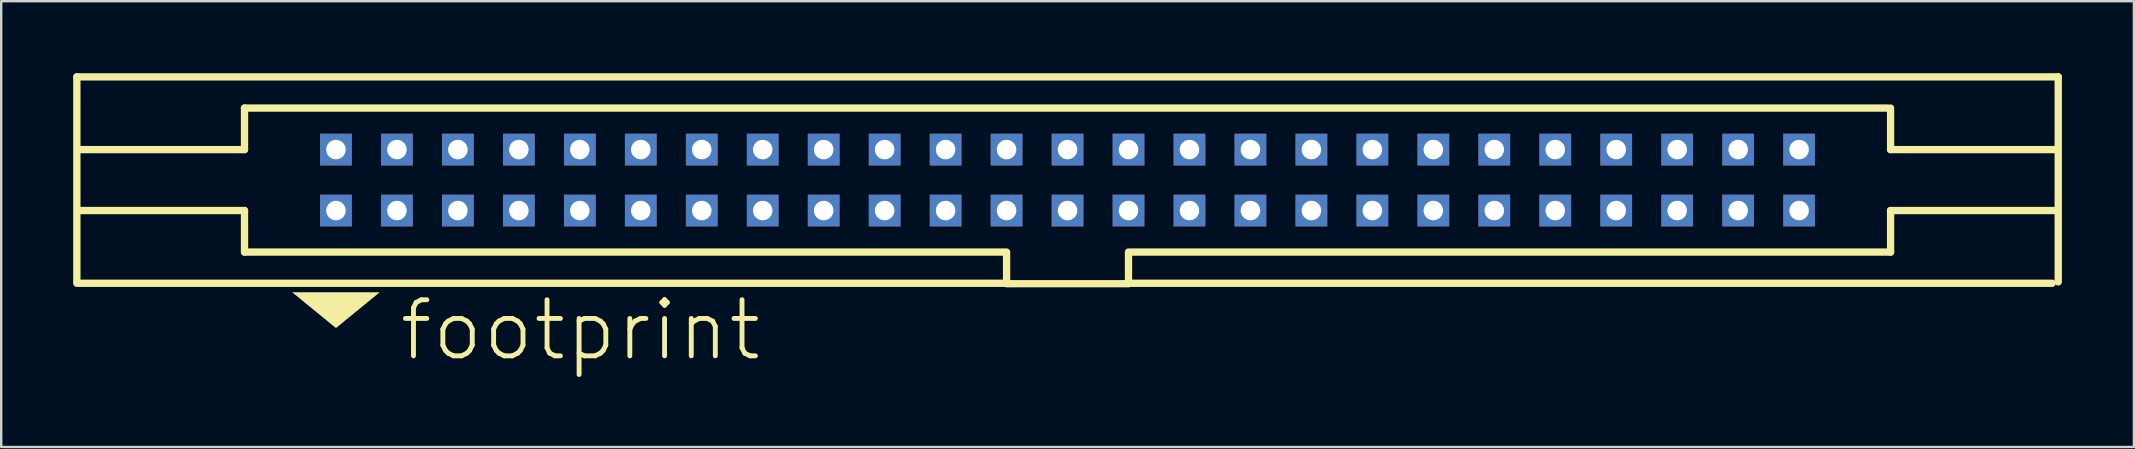
<source format=kicad_pcb>
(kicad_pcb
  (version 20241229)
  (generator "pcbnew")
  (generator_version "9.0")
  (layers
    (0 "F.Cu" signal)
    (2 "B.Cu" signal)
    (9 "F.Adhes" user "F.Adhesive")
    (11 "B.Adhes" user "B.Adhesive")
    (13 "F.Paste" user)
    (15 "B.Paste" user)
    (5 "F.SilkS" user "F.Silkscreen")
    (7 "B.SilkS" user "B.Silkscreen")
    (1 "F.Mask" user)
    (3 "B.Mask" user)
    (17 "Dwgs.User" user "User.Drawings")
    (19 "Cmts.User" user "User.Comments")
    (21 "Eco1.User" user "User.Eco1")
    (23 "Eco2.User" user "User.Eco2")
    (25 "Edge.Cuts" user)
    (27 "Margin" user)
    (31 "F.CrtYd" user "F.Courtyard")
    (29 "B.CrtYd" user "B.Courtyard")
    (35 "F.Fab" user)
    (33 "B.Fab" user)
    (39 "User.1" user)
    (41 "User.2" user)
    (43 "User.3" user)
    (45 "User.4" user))
  (footprint "footprint"
    (layer "F.Cu")
    (at 41.427 4.452)
    (property "Reference" "footprint" (at -27.94 7.62 0) (layer "F.SilkS") (effects (font (size 2.337 2.337) (thickness 0.203)) (justify left bottom)))
    (fp_line (start -41.275 -4.3) (end -41.275 4.242) (stroke (width 0.305) (type solid)) (layer "F.SilkS"))
    (fp_line (start -41.275 4.3) (end -2.54 4.3) (stroke (width 0.305) (type solid)) (layer "F.SilkS"))
    (fp_line (start -34.29 -1.27) (end -41.148 -1.27) (stroke (width 0.305) (type solid)) (layer "F.SilkS"))
    (fp_line (start -34.29 -1.27) (end -34.29 -3) (stroke (width 0.305) (type solid)) (layer "F.SilkS"))
    (fp_line (start -34.29 1.27) (end -41.148 1.27) (stroke (width 0.305) (type solid)) (layer "F.SilkS"))
    (fp_line (start -34.29 3) (end -34.29 1.27) (stroke (width 0.305) (type solid)) (layer "F.SilkS"))
    (fp_line (start -2.54 3) (end -34.29 3) (stroke (width 0.305) (type solid)) (layer "F.SilkS"))
    (fp_line (start -2.54 4.3) (end -2.54 3.048) (stroke (width 0.305) (type solid)) (layer "F.SilkS"))
    (fp_line (start -2.54 4.318) (end 2.54 4.318) (stroke (width 0.305) (type solid)) (layer "F.SilkS"))
    (fp_line (start 2.54 3.048) (end 2.54 4.3) (stroke (width 0.305) (type solid)) (layer "F.SilkS"))
    (fp_line (start 2.54 4.3) (end 41.021 4.3) (stroke (width 0.305) (type solid)) (layer "F.SilkS"))
    (fp_line (start 34.163 -3) (end -34.29 -3) (stroke (width 0.305) (type solid)) (layer "F.SilkS"))
    (fp_line (start 34.29 -1.27) (end 34.29 -3) (stroke (width 0.305) (type solid)) (layer "F.SilkS"))
    (fp_line (start 34.29 -1.27) (end 41.148 -1.27) (stroke (width 0.305) (type solid)) (layer "F.SilkS"))
    (fp_line (start 34.29 1.27) (end 41.148 1.27) (stroke (width 0.305) (type solid)) (layer "F.SilkS"))
    (fp_line (start 34.29 3) (end 2.54 3) (stroke (width 0.305) (type solid)) (layer "F.SilkS"))
    (fp_line (start 34.29 3) (end 34.29 1.27) (stroke (width 0.305) (type solid)) (layer "F.SilkS"))
    (fp_line (start 41.275 -4.3) (end -41.275 -4.3) (stroke (width 0.305) (type solid)) (layer "F.SilkS"))
    (fp_line (start 41.275 4.242) (end 41.275 -4.3) (stroke (width 0.305) (type solid)) (layer "F.SilkS"))
    (fp_poly (pts (xy -30.48 6.166) (xy -32.304 4.674) (xy -28.656 4.674)) (stroke (width 0) (type solid)) (fill yes) (layer "F.SilkS"))
    (pad "1" thru_hole rect (at -30.48 1.27) (size 1.321 1.321) (drill 0.813) (layers "*.Cu" "*.Mask"))
    (pad "2" thru_hole rect (at -30.48 -1.27) (size 1.321 1.321) (drill 0.813) (layers "*.Cu" "*.Mask"))
    (pad "3" thru_hole rect (at -27.94 1.27) (size 1.321 1.321) (drill 0.813) (layers "*.Cu" "*.Mask"))
    (pad "4" thru_hole rect (at -27.94 -1.27) (size 1.321 1.321) (drill 0.813) (layers "*.Cu" "*.Mask"))
    (pad "5" thru_hole rect (at -25.4 1.27) (size 1.321 1.321) (drill 0.813) (layers "*.Cu" "*.Mask"))
    (pad "6" thru_hole rect (at -25.4 -1.27) (size 1.321 1.321) (drill 0.813) (layers "*.Cu" "*.Mask"))
    (pad "7" thru_hole rect (at -22.86 1.27) (size 1.321 1.321) (drill 0.813) (layers "*.Cu" "*.Mask"))
    (pad "8" thru_hole rect (at -22.86 -1.27) (size 1.321 1.321) (drill 0.813) (layers "*.Cu" "*.Mask"))
    (pad "9" thru_hole rect (at -20.32 1.27) (size 1.321 1.321) (drill 0.813) (layers "*.Cu" "*.Mask"))
    (pad "10" thru_hole rect (at -20.32 -1.27) (size 1.321 1.321) (drill 0.813) (layers "*.Cu" "*.Mask"))
    (pad "11" thru_hole rect (at -17.78 1.27) (size 1.321 1.321) (drill 0.813) (layers "*.Cu" "*.Mask"))
    (pad "12" thru_hole rect (at -17.78 -1.27) (size 1.321 1.321) (drill 0.813) (layers "*.Cu" "*.Mask"))
    (pad "13" thru_hole rect (at -15.24 1.27) (size 1.321 1.321) (drill 0.813) (layers "*.Cu" "*.Mask"))
    (pad "14" thru_hole rect (at -15.24 -1.27) (size 1.321 1.321) (drill 0.813) (layers "*.Cu" "*.Mask"))
    (pad "15" thru_hole rect (at -12.7 1.27) (size 1.321 1.321) (drill 0.813) (layers "*.Cu" "*.Mask"))
    (pad "16" thru_hole rect (at -12.7 -1.27) (size 1.321 1.321) (drill 0.813) (layers "*.Cu" "*.Mask"))
    (pad "17" thru_hole rect (at -10.16 1.27) (size 1.321 1.321) (drill 0.813) (layers "*.Cu" "*.Mask"))
    (pad "18" thru_hole rect (at -10.16 -1.27) (size 1.321 1.321) (drill 0.813) (layers "*.Cu" "*.Mask"))
    (pad "19" thru_hole rect (at -7.62 1.27) (size 1.321 1.321) (drill 0.813) (layers "*.Cu" "*.Mask"))
    (pad "20" thru_hole rect (at -7.62 -1.27) (size 1.321 1.321) (drill 0.813) (layers "*.Cu" "*.Mask"))
    (pad "21" thru_hole rect (at -5.08 1.27) (size 1.321 1.321) (drill 0.813) (layers "*.Cu" "*.Mask"))
    (pad "22" thru_hole rect (at -5.08 -1.27) (size 1.321 1.321) (drill 0.813) (layers "*.Cu" "*.Mask"))
    (pad "23" thru_hole rect (at -2.54 1.27) (size 1.321 1.321) (drill 0.813) (layers "*.Cu" "*.Mask"))
    (pad "24" thru_hole rect (at -2.54 -1.27) (size 1.321 1.321) (drill 0.813) (layers "*.Cu" "*.Mask"))
    (pad "25" thru_hole rect (at 0 1.27) (size 1.321 1.321) (drill 0.813) (layers "*.Cu" "*.Mask"))
    (pad "26" thru_hole rect (at 0 -1.27) (size 1.321 1.321) (drill 0.813) (layers "*.Cu" "*.Mask"))
    (pad "27" thru_hole rect (at 2.54 1.27) (size 1.321 1.321) (drill 0.813) (layers "*.Cu" "*.Mask"))
    (pad "28" thru_hole rect (at 2.54 -1.27) (size 1.321 1.321) (drill 0.813) (layers "*.Cu" "*.Mask"))
    (pad "29" thru_hole rect (at 5.08 1.27) (size 1.321 1.321) (drill 0.813) (layers "*.Cu" "*.Mask"))
    (pad "30" thru_hole rect (at 5.08 -1.27) (size 1.321 1.321) (drill 0.813) (layers "*.Cu" "*.Mask"))
    (pad "31" thru_hole rect (at 7.62 1.27) (size 1.321 1.321) (drill 0.813) (layers "*.Cu" "*.Mask"))
    (pad "32" thru_hole rect (at 7.62 -1.27) (size 1.321 1.321) (drill 0.813) (layers "*.Cu" "*.Mask"))
    (pad "33" thru_hole rect (at 10.16 1.27) (size 1.321 1.321) (drill 0.813) (layers "*.Cu" "*.Mask"))
    (pad "34" thru_hole rect (at 10.16 -1.27) (size 1.321 1.321) (drill 0.813) (layers "*.Cu" "*.Mask"))
    (pad "35" thru_hole rect (at 12.7 1.27) (size 1.321 1.321) (drill 0.813) (layers "*.Cu" "*.Mask"))
    (pad "36" thru_hole rect (at 12.7 -1.27) (size 1.321 1.321) (drill 0.813) (layers "*.Cu" "*.Mask"))
    (pad "37" thru_hole rect (at 15.24 1.27) (size 1.321 1.321) (drill 0.813) (layers "*.Cu" "*.Mask"))
    (pad "38" thru_hole rect (at 15.24 -1.27) (size 1.321 1.321) (drill 0.813) (layers "*.Cu" "*.Mask"))
    (pad "39" thru_hole rect (at 17.78 1.27) (size 1.321 1.321) (drill 0.813) (layers "*.Cu" "*.Mask"))
    (pad "40" thru_hole rect (at 17.78 -1.27) (size 1.321 1.321) (drill 0.813) (layers "*.Cu" "*.Mask"))
    (pad "41" thru_hole rect (at 20.32 1.27) (size 1.321 1.321) (drill 0.813) (layers "*.Cu" "*.Mask"))
    (pad "42" thru_hole rect (at 20.32 -1.27) (size 1.321 1.321) (drill 0.813) (layers "*.Cu" "*.Mask"))
    (pad "43" thru_hole rect (at 22.86 1.27) (size 1.321 1.321) (drill 0.813) (layers "*.Cu" "*.Mask"))
    (pad "44" thru_hole rect (at 22.86 -1.27) (size 1.321 1.321) (drill 0.813) (layers "*.Cu" "*.Mask"))
    (pad "45" thru_hole rect (at 25.4 1.27) (size 1.321 1.321) (drill 0.813) (layers "*.Cu" "*.Mask"))
    (pad "46" thru_hole rect (at 25.4 -1.27) (size 1.321 1.321) (drill 0.813) (layers "*.Cu" "*.Mask"))
    (pad "47" thru_hole rect (at 27.94 1.27) (size 1.321 1.321) (drill 0.813) (layers "*.Cu" "*.Mask"))
    (pad "48" thru_hole rect (at 27.94 -1.27) (size 1.321 1.321) (drill 0.813) (layers "*.Cu" "*.Mask"))
    (pad "49" thru_hole rect (at 30.48 1.27) (size 1.321 1.321) (drill 0.813) (layers "*.Cu" "*.Mask"))
    (pad "50" thru_hole rect (at 30.48 -1.27) (size 1.321 1.321) (drill 0.813) (layers "*.Cu" "*.Mask")))
  (gr_rect
    (start -3 -3)
    (end 85.855 15.573)
    (stroke (width 0.1) (type default))
    (fill no)
    (layer "Edge.Cuts")))
</source>
